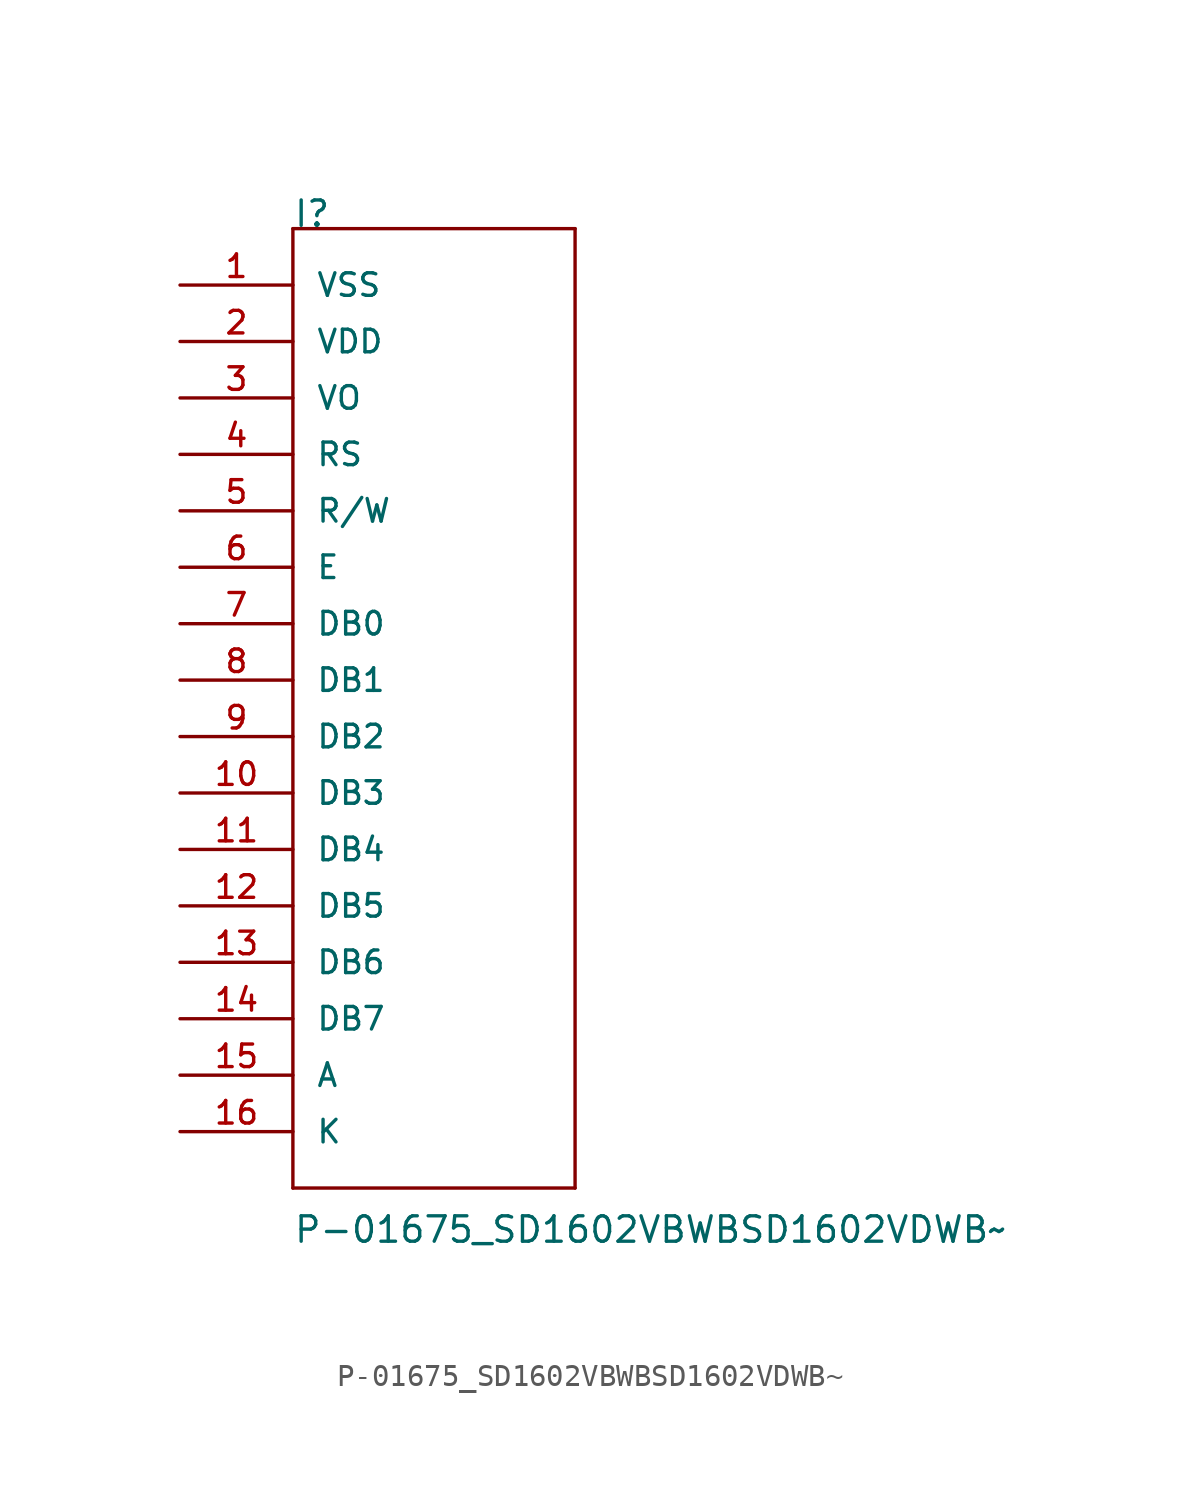
<source format=kicad_sym>
(kicad_symbol_lib
  (version 20211014)
  (generator kicad_symbol_editor)
  (symbol "P-01675_SD1602VBWBSD1602VDWB~"
    (pin_names
      (offset 1.016))
    (property "Reference" "I"
      (at 0 25.4 0)
      (effects (font (size 1.143 1.143)) (justify left bottom)))
    (property "Value" "P-01675_SD1602VBWBSD1602VDWB~"
      (at 0 -20.32 0)
      (effects (font (size 1.143 1.143)) (justify left bottom)))
    (property "ki_locked" ""
      (at 0 0 0)
      (effects (font (size 1.27 1.27))))
    (symbol "P-01675_SD1602VBWBSD1602VDWB~_1_0"
      (polyline (pts (xy 0 -17.78) (xy 0 25.4)) (stroke (width 0) (type default) (color 0 0 0 0)) (fill (type none)))
      (polyline (pts (xy 0 25.4) (xy 12.7 25.4)) (stroke (width 0) (type default) (color 0 0 0 0)) (fill (type none)))
      (polyline (pts (xy 12.7 -17.78) (xy 0 -17.78)) (stroke (width 0) (type default) (color 0 0 0 0)) (fill (type none)))
      (polyline (pts (xy 12.7 25.4) (xy 12.7 -17.78)) (stroke (width 0) (type default) (color 0 0 0 0)) (fill (type none))))
    (symbol "P-01675_SD1602VBWBSD1602VDWB~_1_1"
      (pin bidirectional line (at -5.08 22.86 0) (length 5.08) (name "VSS" (effects (font (size 1.016 1.016)))) (number "1" (effects (font (size 1.016 1.016)))))
      (pin bidirectional line (at -5.08 0 0) (length 5.08) (name "DB3" (effects (font (size 1.016 1.016)))) (number "10" (effects (font (size 1.016 1.016)))))
      (pin bidirectional line (at -5.08 -2.54 0) (length 5.08) (name "DB4" (effects (font (size 1.016 1.016)))) (number "11" (effects (font (size 1.016 1.016)))))
      (pin bidirectional line (at -5.08 -5.08 0) (length 5.08) (name "DB5" (effects (font (size 1.016 1.016)))) (number "12" (effects (font (size 1.016 1.016)))))
      (pin bidirectional line (at -5.08 -7.62 0) (length 5.08) (name "DB6" (effects (font (size 1.016 1.016)))) (number "13" (effects (font (size 1.016 1.016)))))
      (pin bidirectional line (at -5.08 -10.16 0) (length 5.08) (name "DB7" (effects (font (size 1.016 1.016)))) (number "14" (effects (font (size 1.016 1.016)))))
      (pin bidirectional line (at -5.08 -12.7 0) (length 5.08) (name "A" (effects (font (size 1.016 1.016)))) (number "15" (effects (font (size 1.016 1.016)))))
      (pin bidirectional line (at -5.08 -15.24 0) (length 5.08) (name "K" (effects (font (size 1.016 1.016)))) (number "16" (effects (font (size 1.016 1.016)))))
      (pin bidirectional line (at -5.08 20.32 0) (length 5.08) (name "VDD" (effects (font (size 1.016 1.016)))) (number "2" (effects (font (size 1.016 1.016)))))
      (pin bidirectional line (at -5.08 17.78 0) (length 5.08) (name "VO" (effects (font (size 1.016 1.016)))) (number "3" (effects (font (size 1.016 1.016)))))
      (pin bidirectional line (at -5.08 15.24 0) (length 5.08) (name "RS" (effects (font (size 1.016 1.016)))) (number "4" (effects (font (size 1.016 1.016)))))
      (pin bidirectional line (at -5.08 12.7 0) (length 5.08) (name "R/W" (effects (font (size 1.016 1.016)))) (number "5" (effects (font (size 1.016 1.016)))))
      (pin bidirectional line (at -5.08 10.16 0) (length 5.08) (name "E" (effects (font (size 1.016 1.016)))) (number "6" (effects (font (size 1.016 1.016)))))
      (pin bidirectional line (at -5.08 7.62 0) (length 5.08) (name "DB0" (effects (font (size 1.016 1.016)))) (number "7" (effects (font (size 1.016 1.016)))))
      (pin bidirectional line (at -5.08 5.08 0) (length 5.08) (name "DB1" (effects (font (size 1.016 1.016)))) (number "8" (effects (font (size 1.016 1.016)))))
      (pin bidirectional line (at -5.08 2.54 0) (length 5.08) (name "DB2" (effects (font (size 1.016 1.016)))) (number "9" (effects (font (size 1.016 1.016))))))))
</source>
